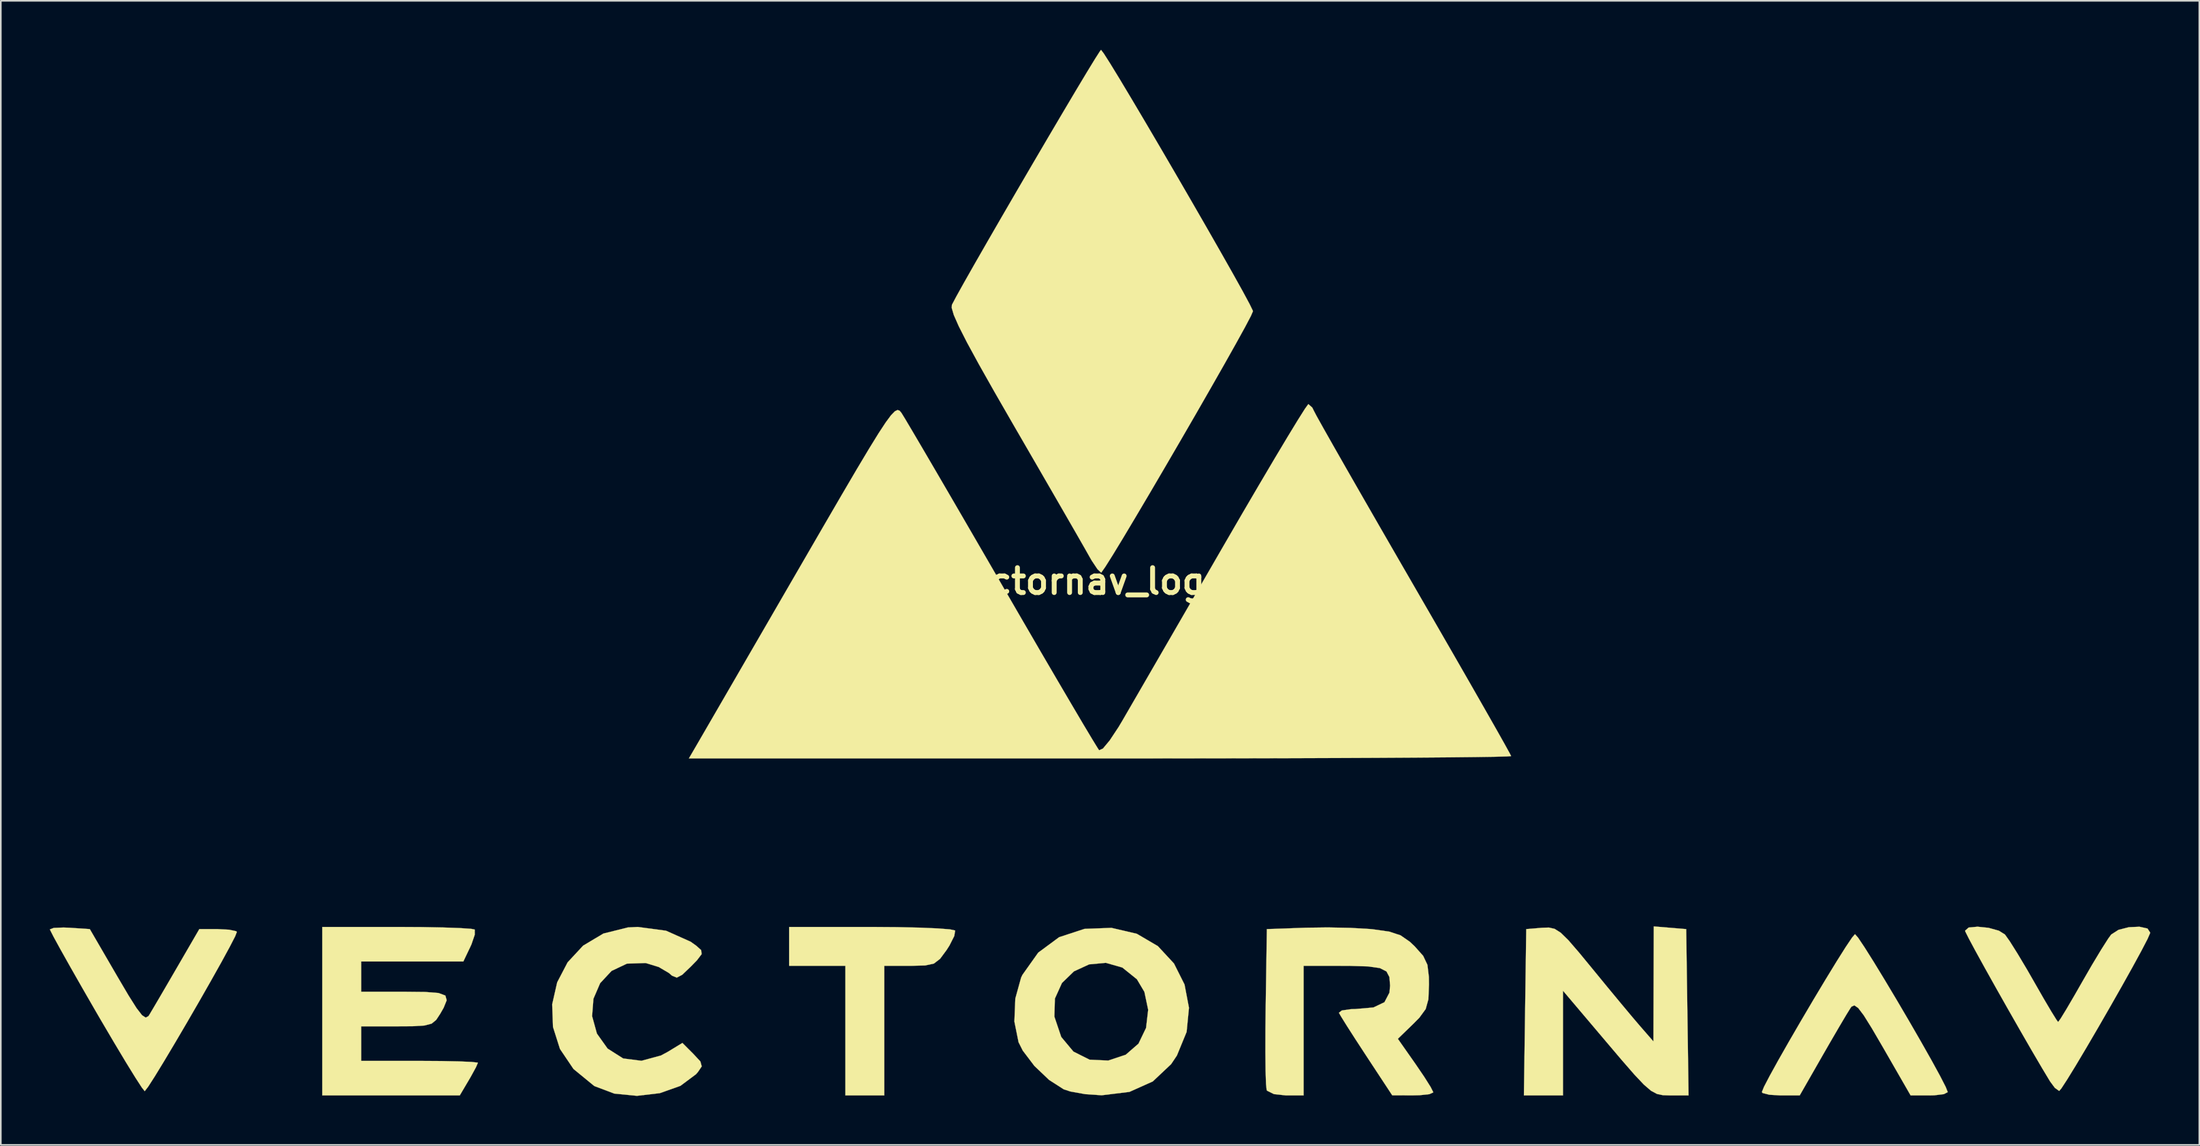
<source format=kicad_pcb>
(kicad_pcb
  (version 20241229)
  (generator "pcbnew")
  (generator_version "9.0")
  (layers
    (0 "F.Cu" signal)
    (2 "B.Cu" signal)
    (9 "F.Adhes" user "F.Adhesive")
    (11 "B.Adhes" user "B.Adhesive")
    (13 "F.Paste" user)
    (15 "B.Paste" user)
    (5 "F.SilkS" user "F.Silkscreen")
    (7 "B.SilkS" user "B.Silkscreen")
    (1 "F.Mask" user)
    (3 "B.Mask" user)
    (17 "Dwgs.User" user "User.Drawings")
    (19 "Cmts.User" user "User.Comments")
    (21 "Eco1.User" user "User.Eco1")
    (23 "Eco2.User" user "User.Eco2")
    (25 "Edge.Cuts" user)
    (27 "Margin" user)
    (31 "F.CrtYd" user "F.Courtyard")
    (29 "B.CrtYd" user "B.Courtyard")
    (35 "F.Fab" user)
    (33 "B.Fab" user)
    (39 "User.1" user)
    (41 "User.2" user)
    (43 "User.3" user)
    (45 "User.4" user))
  (footprint "vectornav_logo4"
    (layer "F.Cu")
    (at 64.299 32.546)
    (property "Reference" "vectornav_logo4" (at 0 0 0) (layer "F.SilkS") (effects (font (size 1.524 1.524) (thickness 0.3))))
    (attr through_hole)
    (fp_poly (pts (xy -12.464 21.178) (xy -11.078 21.209) (xy -9.965 21.256) (xy -9.208 21.315) (xy -8.893 21.384) (xy -8.891 21.387) (xy -8.944 21.72) (xy -9.237 22.3) (xy -9.414 22.578) (xy -9.814 23.12) (xy -10.192 23.41) (xy -10.728 23.526) (xy -11.605 23.548) (xy -11.651 23.548) (xy -13.229 23.548) (xy -13.229 31.485) (xy -15.61 31.485) (xy -15.61 23.548) (xy -19.05 23.548) (xy -19.05 21.167) (xy -14.039 21.167) (xy -12.464 21.178)) (stroke (width 0.01) (type solid)) (fill yes) (layer "F.SilkS"))
    (fp_poly (pts (xy 34.859 21.217) (xy 35.851 21.299) (xy 35.923 26.392) (xy 35.995 31.485) (xy 34.865 31.484) (xy 34.43 31.471) (xy 34.065 31.396) (xy 33.698 31.199) (xy 33.259 30.822) (xy 32.677 30.205) (xy 31.883 29.292) (xy 31.022 28.277) (xy 28.31 25.073) (xy 28.31 31.485) (xy 25.918 31.485) (xy 25.99 26.392) (xy 26.061 21.299) (xy 27.029 21.218) (xy 27.444 21.204) (xy 27.798 21.283) (xy 28.171 21.52) (xy 28.641 21.98) (xy 29.288 22.729) (xy 30.113 23.732) (xy 31.007 24.823) (xy 31.861 25.855) (xy 32.575 26.709) (xy 33.038 27.252) (xy 33.845 28.178) (xy 33.867 21.135) (xy 34.859 21.217)) (stroke (width 0.01) (type solid)) (fill yes) (layer "F.SilkS"))
    (fp_poly (pts (xy -41.533 21.175) (xy -40.217 21.2) (xy -39.179 21.237) (xy -38.507 21.283) (xy -38.294 21.326) (xy -38.293 21.643) (xy -38.492 22.228) (xy -38.563 22.384) (xy -38.992 23.283) (xy -45.244 23.283) (xy -45.244 25.135) (xy -42.598 25.135) (xy -41.32 25.148) (xy -40.506 25.213) (xy -40.091 25.369) (xy -40.01 25.657) (xy -40.197 26.118) (xy -40.406 26.484) (xy -40.653 26.86) (xy -40.933 27.088) (xy -41.374 27.204) (xy -42.105 27.247) (xy -43.052 27.252) (xy -45.244 27.252) (xy -45.244 29.369) (xy -41.672 29.369) (xy -40.366 29.377) (xy -39.275 29.399) (xy -38.493 29.433) (xy -38.119 29.474) (xy -38.1 29.486) (xy -38.222 29.766) (xy -38.527 30.324) (xy -38.655 30.544) (xy -39.211 31.485) (xy -47.625 31.485) (xy -47.625 21.167) (xy -43.039 21.167) (xy -41.533 21.175)) (stroke (width 0.01) (type solid)) (fill yes) (layer "F.SilkS"))
    (fp_poly (pts (xy 46.368 21.821) (xy 46.765 22.413) (xy 47.324 23.301) (xy 47.997 24.406) (xy 48.737 25.644) (xy 49.494 26.934) (xy 50.22 28.193) (xy 50.868 29.339) (xy 51.389 30.292) (xy 51.735 30.967) (xy 51.858 31.282) (xy 51.622 31.406) (xy 51.029 31.478) (xy 50.723 31.485) (xy 49.587 31.485) (xy 47.909 28.567) (xy 47.209 27.367) (xy 46.714 26.574) (xy 46.375 26.128) (xy 46.144 25.97) (xy 45.974 26.042) (xy 45.914 26.12) (xy 45.654 26.539) (xy 45.204 27.299) (xy 44.634 28.278) (xy 44.197 29.038) (xy 42.797 31.485) (xy 41.639 31.485) (xy 40.94 31.443) (xy 40.528 31.337) (xy 40.481 31.278) (xy 40.609 30.961) (xy 40.961 30.284) (xy 41.488 29.33) (xy 42.142 28.181) (xy 42.874 26.92) (xy 43.635 25.629) (xy 44.377 24.391) (xy 45.052 23.287) (xy 45.61 22.401) (xy 46.004 21.815) (xy 46.181 21.61) (xy 46.368 21.821)) (stroke (width 0.01) (type solid)) (fill yes) (layer "F.SilkS"))
    (fp_poly (pts (xy -63.073 21.218) (xy -61.852 21.299) (xy -60.183 24.172) (xy -59.484 25.359) (xy -58.991 26.139) (xy -58.656 26.573) (xy -58.432 26.718) (xy -58.268 26.632) (xy -58.214 26.554) (xy -57.958 26.123) (xy -57.509 25.358) (xy -56.939 24.381) (xy -56.532 23.68) (xy -55.15 21.299) (xy -54.034 21.299) (xy -53.331 21.335) (xy -52.903 21.426) (xy -52.851 21.468) (xy -52.955 21.739) (xy -53.285 22.379) (xy -53.79 23.307) (xy -54.425 24.44) (xy -55.141 25.697) (xy -55.891 26.994) (xy -56.628 28.25) (xy -57.303 29.382) (xy -57.869 30.309) (xy -58.279 30.948) (xy -58.486 31.217) (xy -58.495 31.221) (xy -58.668 31.002) (xy -59.064 30.391) (xy -59.641 29.455) (xy -60.357 28.259) (xy -61.174 26.872) (xy -61.474 26.356) (xy -62.309 24.907) (xy -63.046 23.613) (xy -63.646 22.544) (xy -64.07 21.77) (xy -64.279 21.359) (xy -64.294 21.314) (xy -64.058 21.226) (xy -63.459 21.202) (xy -63.073 21.218)) (stroke (width 0.01) (type solid)) (fill yes) (layer "F.SilkS"))
    (fp_poly (pts (xy 2.228 21.586) (xy 3.516 22.342) (xy 4.502 23.406) (xy 5.148 24.693) (xy 5.419 26.118) (xy 5.275 27.595) (xy 4.681 29.041) (xy 4.326 29.57) (xy 3.205 30.627) (xy 1.775 31.268) (xy 0.077 31.475) (xy -0.928 31.407) (xy -1.84 31.243) (xy -2.249 31.109) (xy -3.145 30.533) (xy -4.042 29.678) (xy -4.754 28.738) (xy -5.011 28.227) (xy -5.266 26.961) (xy -5.254 26.66) (xy -2.818 26.66) (xy -2.398 27.906) (xy -1.651 28.8) (xy -0.663 29.296) (xy 0.481 29.348) (xy 1.549 28.992) (xy 2.328 28.316) (xy 2.793 27.349) (xy 2.922 26.241) (xy 2.691 25.143) (xy 2.233 24.371) (xy 1.341 23.653) (xy 0.332 23.365) (xy -0.691 23.459) (xy -1.622 23.887) (xy -2.356 24.601) (xy -2.787 25.554) (xy -2.818 26.66) (xy -5.254 26.66) (xy -5.209 25.551) (xy -4.855 24.27) (xy -4.774 24.1) (xy -3.808 22.74) (xy -2.528 21.794) (xy -0.977 21.285) (xy 0.675 21.223) (xy 2.228 21.586)) (stroke (width 0.01) (type solid)) (fill yes) (layer "F.SilkS"))
    (fp_poly (pts (xy -26.586 21.398) (xy -25.082 22.071) (xy -24.739 22.315) (xy -24.435 22.586) (xy -24.407 22.833) (xy -24.692 23.207) (xy -25.059 23.584) (xy -25.594 24.096) (xy -25.927 24.27) (xy -26.219 24.152) (xy -26.415 23.984) (xy -27.032 23.621) (xy -27.818 23.38) (xy -27.84 23.376) (xy -28.979 23.414) (xy -29.919 23.859) (xy -30.618 24.61) (xy -31.03 25.567) (xy -31.111 26.63) (xy -30.816 27.699) (xy -30.163 28.615) (xy -29.211 29.22) (xy -28.089 29.363) (xy -26.894 29.038) (xy -26.485 28.818) (xy -25.585 28.27) (xy -24.913 28.942) (xy -24.483 29.405) (xy -24.401 29.707) (xy -24.641 30.061) (xy -24.755 30.189) (xy -25.707 30.899) (xy -26.965 31.345) (xy -28.367 31.509) (xy -29.75 31.373) (xy -30.952 30.919) (xy -31.002 30.889) (xy -32.251 29.864) (xy -33.078 28.638) (xy -33.505 27.291) (xy -33.554 25.905) (xy -33.248 24.558) (xy -32.609 23.334) (xy -31.66 22.312) (xy -30.422 21.572) (xy -28.919 21.197) (xy -28.312 21.167) (xy -26.586 21.398)) (stroke (width 0.01) (type solid)) (fill yes) (layer "F.SilkS"))
    (fp_poly (pts (xy 54.358 21.222) (xy 54.987 21.397) (xy 55.359 21.63) (xy 55.656 22.048) (xy 56.134 22.809) (xy 56.719 23.79) (xy 57.149 24.54) (xy 57.722 25.541) (xy 58.196 26.344) (xy 58.513 26.854) (xy 58.615 26.988) (xy 58.771 26.772) (xy 59.127 26.19) (xy 59.627 25.336) (xy 60.082 24.54) (xy 60.696 23.476) (xy 61.254 22.549) (xy 61.681 21.879) (xy 61.863 21.63) (xy 62.309 21.344) (xy 62.943 21.183) (xy 63.591 21.154) (xy 64.084 21.263) (xy 64.25 21.518) (xy 64.247 21.534) (xy 64.087 21.902) (xy 63.714 22.62) (xy 63.177 23.606) (xy 62.523 24.777) (xy 61.8 26.05) (xy 61.055 27.343) (xy 60.336 28.573) (xy 59.691 29.657) (xy 59.166 30.512) (xy 58.811 31.056) (xy 58.677 31.212) (xy 58.411 31.019) (xy 58.12 30.626) (xy 57.62 29.793) (xy 56.991 28.72) (xy 56.281 27.488) (xy 55.536 26.182) (xy 54.803 24.885) (xy 54.129 23.679) (xy 53.562 22.65) (xy 53.149 21.88) (xy 52.935 21.453) (xy 52.917 21.397) (xy 53.138 21.204) (xy 53.681 21.152) (xy 54.358 21.222)) (stroke (width 0.01) (type solid)) (fill yes) (layer "F.SilkS"))
    (fp_poly (pts (xy 15.296 21.224) (xy 16.47 21.291) (xy 16.656 21.308) (xy 17.674 21.452) (xy 18.366 21.679) (xy 18.934 22.072) (xy 19.236 22.358) (xy 19.753 22.938) (xy 20.013 23.486) (xy 20.102 24.226) (xy 20.108 24.699) (xy 20.073 25.596) (xy 19.907 26.195) (xy 19.519 26.726) (xy 19.156 27.093) (xy 18.203 28.018) (xy 19.288 29.565) (xy 19.822 30.351) (xy 20.21 30.968) (xy 20.372 31.29) (xy 20.373 31.298) (xy 20.136 31.407) (xy 19.532 31.472) (xy 19.116 31.481) (xy 17.859 31.477) (xy 16.272 29.063) (xy 15.619 28.062) (xy 15.079 27.219) (xy 14.716 26.635) (xy 14.596 26.422) (xy 14.774 26.282) (xy 15.324 26.202) (xy 15.606 26.194) (xy 16.71 26.097) (xy 17.382 25.776) (xy 17.69 25.187) (xy 17.727 24.758) (xy 17.687 24.238) (xy 17.508 23.893) (xy 17.102 23.686) (xy 16.38 23.584) (xy 15.253 23.55) (xy 14.663 23.548) (xy 12.435 23.548) (xy 12.435 31.485) (xy 11.369 31.485) (xy 10.622 31.405) (xy 10.202 31.197) (xy 10.172 31.146) (xy 10.134 30.782) (xy 10.108 29.981) (xy 10.096 28.834) (xy 10.099 27.433) (xy 10.114 26.053) (xy 10.186 21.299) (xy 12.568 21.215) (xy 13.908 21.197) (xy 15.296 21.224)) (stroke (width 0.01) (type solid)) (fill yes) (layer "F.SilkS"))
    (fp_poly (pts (xy 0.204 -32.322) (xy 0.596 -31.707) (xy 1.175 -30.759) (xy 1.904 -29.542) (xy 2.747 -28.119) (xy 3.666 -26.555) (xy 4.624 -24.912) (xy 5.584 -23.255) (xy 6.51 -21.647) (xy 7.364 -20.152) (xy 8.11 -18.834) (xy 8.71 -17.756) (xy 9.127 -16.982) (xy 9.324 -16.576) (xy 9.335 -16.536) (xy 9.21 -16.247) (xy 8.854 -15.571) (xy 8.304 -14.574) (xy 7.598 -13.317) (xy 6.772 -11.866) (xy 5.864 -10.283) (xy 4.91 -8.634) (xy 3.947 -6.98) (xy 3.013 -5.386) (xy 2.144 -3.917) (xy 1.378 -2.634) (xy 0.751 -1.603) (xy 0.3 -0.887) (xy 0.063 -0.549) (xy 0.04 -0.531) (xy -0.182 -0.742) (xy -0.534 -1.27) (xy -0.68 -1.524) (xy -0.949 -2) (xy -1.446 -2.868) (xy -2.132 -4.06) (xy -2.969 -5.511) (xy -3.918 -7.153) (xy -4.941 -8.921) (xy -5.271 -9.49) (xy -6.485 -11.6) (xy -7.443 -13.297) (xy -8.164 -14.621) (xy -8.667 -15.611) (xy -8.973 -16.304) (xy -9.101 -16.74) (xy -9.089 -16.931) (xy -8.823 -17.435) (xy -8.348 -18.288) (xy -7.702 -19.427) (xy -6.921 -20.788) (xy -6.044 -22.307) (xy -5.108 -23.919) (xy -4.149 -25.561) (xy -3.206 -27.169) (xy -2.316 -28.678) (xy -1.517 -30.025) (xy -0.845 -31.146) (xy -0.338 -31.976) (xy -0.034 -32.452) (xy 0.037 -32.541) (xy 0.204 -32.322)) (stroke (width 0.01) (type solid)) (fill yes) (layer "F.SilkS"))
    (fp_poly (pts (xy 12.965 -10.638) (xy 13.068 -10.431) (xy 13.23 -10.122) (xy 13.63 -9.403) (xy 14.241 -8.323) (xy 15.035 -6.929) (xy 15.985 -5.271) (xy 17.063 -3.396) (xy 18.241 -1.353) (xy 19.182 0.275) (xy 20.41 2.402) (xy 21.554 4.386) (xy 22.585 6.182) (xy 23.477 7.743) (xy 24.205 9.022) (xy 24.74 9.972) (xy 25.057 10.548) (xy 25.135 10.706) (xy 24.877 10.726) (xy 24.126 10.746) (xy 22.918 10.764) (xy 21.29 10.781) (xy 19.278 10.797) (xy 16.918 10.811) (xy 14.247 10.823) (xy 11.302 10.833) (xy 8.118 10.84) (xy 4.731 10.845) (xy 1.179 10.848) (xy -0.026 10.848) (xy -25.188 10.848) (xy -24.687 9.988) (xy -24.451 9.581) (xy -23.98 8.768) (xy -23.304 7.601) (xy -22.452 6.131) (xy -21.456 4.41) (xy -20.344 2.491) (xy -19.148 0.424) (xy -18.386 -0.891) (xy -16.995 -3.292) (xy -15.844 -5.272) (xy -14.908 -6.868) (xy -14.161 -8.118) (xy -13.58 -9.06) (xy -13.14 -9.73) (xy -12.817 -10.167) (xy -12.584 -10.407) (xy -12.419 -10.489) (xy -12.295 -10.449) (xy -12.189 -10.326) (xy -12.18 -10.313) (xy -11.964 -9.962) (xy -11.514 -9.203) (xy -10.858 -8.087) (xy -10.026 -6.664) (xy -9.048 -4.985) (xy -7.953 -3.099) (xy -6.77 -1.058) (xy -6.042 0.2) (xy -4.83 2.292) (xy -3.695 4.246) (xy -2.664 6.011) (xy -1.767 7.54) (xy -1.032 8.785) (xy -0.486 9.697) (xy -0.159 10.229) (xy -0.078 10.347) (xy 0.153 10.243) (xy 0.568 9.745) (xy 1.109 8.927) (xy 1.345 8.531) (xy 1.753 7.827) (xy 2.387 6.732) (xy 3.208 5.312) (xy 4.178 3.635) (xy 5.258 1.766) (xy 6.41 -0.226) (xy 7.541 -2.183) (xy 8.668 -4.126) (xy 9.717 -5.918) (xy 10.655 -7.507) (xy 11.455 -8.844) (xy 12.086 -9.88) (xy 12.517 -10.563) (xy 12.719 -10.844) (xy 12.728 -10.848) (xy 12.965 -10.638)) (stroke (width 0.01) (type solid)) (fill yes) (layer "F.SilkS")))
  (gr_rect
    (start -3 -3)
    (end 131.554 67.06)
    (stroke (width 0.1) (type default))
    (fill no)
    (layer "Edge.Cuts")))
</source>
